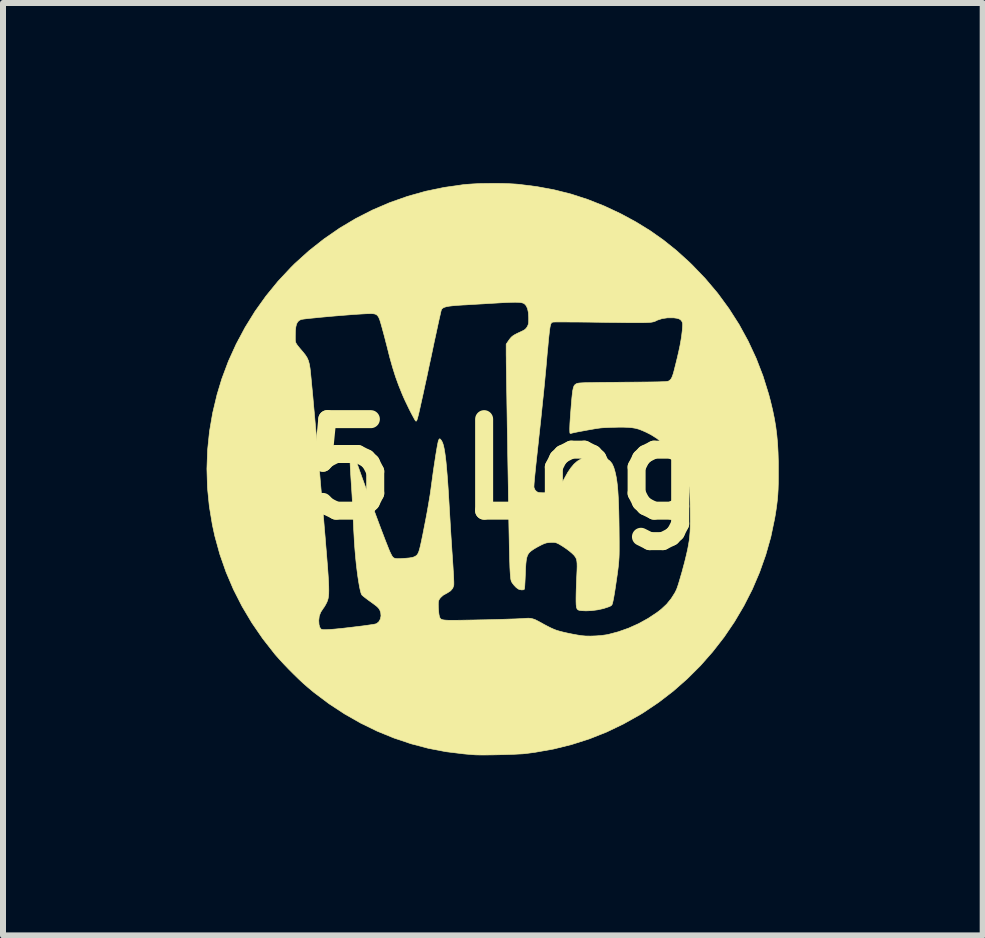
<source format=kicad_pcb>
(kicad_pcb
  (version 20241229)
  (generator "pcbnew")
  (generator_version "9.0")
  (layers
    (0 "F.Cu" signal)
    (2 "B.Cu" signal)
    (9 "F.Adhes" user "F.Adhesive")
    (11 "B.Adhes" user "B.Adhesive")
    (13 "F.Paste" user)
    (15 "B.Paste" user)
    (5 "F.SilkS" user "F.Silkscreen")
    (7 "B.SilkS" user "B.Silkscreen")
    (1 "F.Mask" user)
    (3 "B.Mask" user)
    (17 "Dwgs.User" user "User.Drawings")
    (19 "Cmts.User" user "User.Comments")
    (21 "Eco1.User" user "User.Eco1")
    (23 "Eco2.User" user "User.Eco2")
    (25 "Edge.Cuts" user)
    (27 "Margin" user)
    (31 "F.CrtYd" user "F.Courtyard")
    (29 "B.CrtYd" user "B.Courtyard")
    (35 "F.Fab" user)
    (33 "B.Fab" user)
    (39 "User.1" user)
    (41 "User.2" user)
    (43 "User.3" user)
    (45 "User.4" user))
  (footprint "M5 Logo"
    (layer "F.Cu")
    (at 5.16 4.767)
    (property "Reference" "M5 Logo" (at 0 0 0) (layer "F.SilkS") (effects (font (size 1.524 1.524) (thickness 0.3))))
    (attr through_hole)
    (fp_poly (pts (xy 0.153 -4.761) (xy 0.271 -4.757) (xy 0.377 -4.751) (xy 0.427 -4.747) (xy 0.73 -4.709) (xy 1.021 -4.655) (xy 1.304 -4.584) (xy 1.581 -4.494) (xy 1.854 -4.386) (xy 2.127 -4.258) (xy 2.133 -4.255) (xy 2.383 -4.12) (xy 2.617 -3.976) (xy 2.84 -3.819) (xy 3.055 -3.647) (xy 3.265 -3.457) (xy 3.316 -3.408) (xy 3.539 -3.176) (xy 3.745 -2.932) (xy 3.932 -2.677) (xy 4.102 -2.411) (xy 4.253 -2.135) (xy 4.386 -1.849) (xy 4.5 -1.554) (xy 4.595 -1.249) (xy 4.625 -1.135) (xy 4.661 -0.985) (xy 4.69 -0.844) (xy 4.713 -0.708) (xy 4.73 -0.572) (xy 4.743 -0.431) (xy 4.751 -0.282) (xy 4.756 -0.12) (xy 4.756 0.005) (xy 4.756 0.131) (xy 4.755 0.24) (xy 4.752 0.336) (xy 4.747 0.423) (xy 4.74 0.507) (xy 4.73 0.59) (xy 4.718 0.677) (xy 4.703 0.772) (xy 4.693 0.828) (xy 4.63 1.13) (xy 4.546 1.426) (xy 4.443 1.717) (xy 4.322 2) (xy 4.182 2.275) (xy 4.025 2.541) (xy 3.852 2.796) (xy 3.662 3.04) (xy 3.458 3.272) (xy 3.238 3.491) (xy 3.005 3.696) (xy 2.759 3.885) (xy 2.5 4.059) (xy 2.45 4.089) (xy 2.175 4.243) (xy 1.894 4.378) (xy 1.606 4.492) (xy 1.311 4.586) (xy 1.009 4.661) (xy 0.698 4.716) (xy 0.538 4.737) (xy 0.493 4.741) (xy 0.431 4.744) (xy 0.357 4.748) (xy 0.274 4.751) (xy 0.185 4.754) (xy 0.093 4.756) (xy 0.002 4.758) (xy -0.084 4.759) (xy -0.162 4.76) (xy -0.229 4.759) (xy -0.282 4.758) (xy -0.312 4.756) (xy -0.339 4.754) (xy -0.382 4.75) (xy -0.434 4.746) (xy -0.487 4.741) (xy -0.781 4.705) (xy -1.073 4.649) (xy -1.362 4.573) (xy -1.648 4.477) (xy -1.929 4.362) (xy -2.203 4.228) (xy -2.47 4.076) (xy -2.728 3.907) (xy -2.977 3.72) (xy -3.085 3.63) (xy -3.155 3.569) (xy -3.234 3.495) (xy -3.318 3.413) (xy -3.403 3.328) (xy -3.485 3.242) (xy -3.559 3.162) (xy -3.623 3.09) (xy -3.631 3.08) (xy -3.833 2.822) (xy -4.015 2.557) (xy -4.178 2.283) (xy -4.321 2.002) (xy -4.444 1.713) (xy -4.548 1.416) (xy -4.632 1.111) (xy -4.672 0.926) (xy -4.723 0.617) (xy -4.754 0.306) (xy -4.763 -0.007) (xy -4.752 -0.319) (xy -4.72 -0.63) (xy -4.667 -0.939) (xy -4.594 -1.245) (xy -4.515 -1.506) (xy -4.405 -1.8) (xy -4.275 -2.086) (xy -4.224 -2.181) (xy -3.291 -2.181) (xy -3.291 -2.151) (xy -3.288 -2.127) (xy -3.281 -2.105) (xy -3.268 -2.082) (xy -3.248 -2.055) (xy -3.218 -2.018) (xy -3.177 -1.97) (xy -3.167 -1.959) (xy -3.125 -1.906) (xy -3.094 -1.858) (xy -3.072 -1.808) (xy -3.057 -1.752) (xy -3.045 -1.682) (xy -3.043 -1.665) (xy -3.039 -1.632) (xy -3.034 -1.58) (xy -3.027 -1.509) (xy -3.019 -1.422) (xy -3.009 -1.32) (xy -2.998 -1.204) (xy -2.987 -1.076) (xy -2.974 -0.938) (xy -2.961 -0.79) (xy -2.947 -0.635) (xy -2.933 -0.474) (xy -2.918 -0.309) (xy -2.903 -0.14) (xy -2.888 0.03) (xy -2.874 0.2) (xy -2.859 0.369) (xy -2.845 0.535) (xy -2.831 0.696) (xy -2.817 0.851) (xy -2.805 0.999) (xy -2.793 1.137) (xy -2.783 1.266) (xy -2.773 1.382) (xy -2.765 1.484) (xy -2.758 1.572) (xy -2.752 1.643) (xy -2.751 1.662) (xy -2.743 1.777) (xy -2.737 1.873) (xy -2.734 1.953) (xy -2.733 2.018) (xy -2.734 2.072) (xy -2.738 2.116) (xy -2.744 2.153) (xy -2.753 2.184) (xy -2.764 2.213) (xy -2.765 2.215) (xy -2.786 2.256) (xy -2.81 2.296) (xy -2.826 2.318) (xy -2.868 2.382) (xy -2.892 2.447) (xy -2.9 2.519) (xy -2.9 2.52) (xy -2.896 2.585) (xy -2.884 2.631) (xy -2.864 2.66) (xy -2.85 2.668) (xy -2.825 2.672) (xy -2.779 2.672) (xy -2.714 2.669) (xy -2.629 2.662) (xy -2.525 2.652) (xy -2.402 2.638) (xy -2.378 2.635) (xy -2.252 2.62) (xy -2.147 2.607) (xy -2.064 2.595) (xy -2.001 2.586) (xy -1.959 2.578) (xy -1.938 2.572) (xy -1.937 2.572) (xy -1.899 2.54) (xy -1.874 2.495) (xy -1.863 2.443) (xy -1.868 2.387) (xy -1.883 2.346) (xy -1.895 2.325) (xy -1.912 2.305) (xy -1.937 2.281) (xy -1.974 2.253) (xy -2.024 2.216) (xy -2.037 2.207) (xy -2.084 2.173) (xy -2.126 2.141) (xy -2.159 2.115) (xy -2.18 2.096) (xy -2.184 2.091) (xy -2.196 2.064) (xy -2.208 2.018) (xy -2.222 1.955) (xy -2.235 1.877) (xy -2.249 1.788) (xy -2.262 1.689) (xy -2.275 1.582) (xy -2.286 1.47) (xy -2.296 1.355) (xy -2.305 1.239) (xy -2.307 1.212) (xy -2.31 1.152) (xy -2.314 1.076) (xy -2.319 0.991) (xy -2.323 0.9) (xy -2.327 0.81) (xy -2.329 0.762) (xy -2.333 0.666) (xy -2.339 0.557) (xy -2.345 0.442) (xy -2.352 0.33) (xy -2.359 0.227) (xy -2.361 0.197) (xy -2.368 0.086) (xy -2.374 -0.015) (xy -2.378 -0.107) (xy -2.38 -0.186) (xy -2.381 -0.251) (xy -2.38 -0.3) (xy -2.376 -0.331) (xy -2.372 -0.343) (xy -2.365 -0.341) (xy -2.354 -0.325) (xy -2.34 -0.296) (xy -2.321 -0.251) (xy -2.297 -0.19) (xy -2.268 -0.111) (xy -2.232 -0.013) (xy -2.23 -0.005) (xy -2.174 0.151) (xy -2.118 0.305) (xy -2.064 0.455) (xy -2.011 0.599) (xy -1.96 0.736) (xy -1.912 0.865) (xy -1.868 0.983) (xy -1.827 1.09) (xy -1.791 1.185) (xy -1.759 1.265) (xy -1.734 1.329) (xy -1.714 1.376) (xy -1.702 1.401) (xy -1.684 1.437) (xy -1.667 1.462) (xy -1.648 1.478) (xy -1.622 1.486) (xy -1.586 1.489) (xy -1.535 1.488) (xy -1.504 1.486) (xy -1.444 1.482) (xy -1.389 1.477) (xy -1.347 1.47) (xy -1.325 1.464) (xy -1.3 1.454) (xy -1.28 1.442) (xy -1.262 1.426) (xy -1.247 1.403) (xy -1.233 1.371) (xy -1.22 1.328) (xy -1.206 1.271) (xy -1.19 1.198) (xy -1.171 1.106) (xy -1.169 1.098) (xy -1.141 0.954) (xy -1.116 0.827) (xy -1.095 0.715) (xy -1.077 0.613) (xy -1.061 0.518) (xy -1.046 0.428) (xy -1.033 0.338) (xy -1.021 0.246) (xy -1.016 0.212) (xy -1.004 0.122) (xy -0.991 0.028) (xy -0.977 -0.066) (xy -0.963 -0.157) (xy -0.95 -0.243) (xy -0.937 -0.32) (xy -0.926 -0.385) (xy -0.916 -0.435) (xy -0.909 -0.468) (xy -0.909 -0.468) (xy -0.899 -0.494) (xy -0.887 -0.507) (xy -0.884 -0.508) (xy -0.872 -0.499) (xy -0.855 -0.476) (xy -0.842 -0.452) (xy -0.831 -0.424) (xy -0.82 -0.386) (xy -0.81 -0.338) (xy -0.8 -0.279) (xy -0.79 -0.207) (xy -0.78 -0.122) (xy -0.771 -0.022) (xy -0.761 0.094) (xy -0.751 0.226) (xy -0.741 0.376) (xy -0.731 0.544) (xy -0.72 0.732) (xy -0.714 0.831) (xy -0.709 0.917) (xy -0.703 1.02) (xy -0.696 1.132) (xy -0.688 1.248) (xy -0.681 1.364) (xy -0.673 1.473) (xy -0.671 1.508) (xy -0.665 1.598) (xy -0.66 1.682) (xy -0.655 1.759) (xy -0.652 1.826) (xy -0.65 1.879) (xy -0.65 1.916) (xy -0.651 1.934) (xy -0.668 1.982) (xy -0.704 2.025) (xy -0.756 2.059) (xy -0.769 2.066) (xy -0.828 2.099) (xy -0.873 2.14) (xy -0.896 2.173) (xy -0.904 2.193) (xy -0.908 2.218) (xy -0.909 2.252) (xy -0.908 2.302) (xy -0.907 2.32) (xy -0.903 2.37) (xy -0.898 2.415) (xy -0.891 2.449) (xy -0.887 2.463) (xy -0.881 2.475) (xy -0.875 2.486) (xy -0.866 2.494) (xy -0.854 2.501) (xy -0.837 2.507) (xy -0.812 2.511) (xy -0.779 2.514) (xy -0.736 2.516) (xy -0.681 2.516) (xy -0.612 2.516) (xy -0.528 2.515) (xy -0.428 2.513) (xy -0.309 2.511) (xy -0.218 2.509) (xy -0.104 2.507) (xy 0.008 2.504) (xy 0.114 2.501) (xy 0.212 2.498) (xy 0.3 2.495) (xy 0.375 2.493) (xy 0.435 2.49) (xy 0.478 2.488) (xy 0.492 2.487) (xy 0.547 2.483) (xy 0.592 2.481) (xy 0.63 2.484) (xy 0.666 2.492) (xy 0.704 2.505) (xy 0.748 2.527) (xy 0.804 2.557) (xy 0.852 2.584) (xy 0.907 2.613) (xy 0.964 2.642) (xy 1.016 2.665) (xy 1.057 2.681) (xy 1.059 2.682) (xy 1.11 2.697) (xy 1.176 2.714) (xy 1.252 2.731) (xy 1.331 2.747) (xy 1.408 2.761) (xy 1.477 2.772) (xy 1.477 2.772) (xy 1.546 2.778) (xy 1.629 2.779) (xy 1.718 2.776) (xy 1.807 2.769) (xy 1.888 2.758) (xy 1.921 2.752) (xy 2.091 2.707) (xy 2.263 2.646) (xy 2.43 2.571) (xy 2.589 2.483) (xy 2.735 2.386) (xy 2.805 2.332) (xy 2.894 2.249) (xy 2.971 2.155) (xy 3.033 2.057) (xy 3.06 2.003) (xy 3.072 1.97) (xy 3.089 1.92) (xy 3.108 1.857) (xy 3.129 1.785) (xy 3.152 1.707) (xy 3.173 1.627) (xy 3.194 1.55) (xy 3.212 1.477) (xy 3.226 1.418) (xy 3.245 1.335) (xy 3.259 1.259) (xy 3.271 1.188) (xy 3.279 1.118) (xy 3.285 1.045) (xy 3.288 0.964) (xy 3.29 0.873) (xy 3.289 0.768) (xy 3.288 0.672) (xy 3.286 0.567) (xy 3.284 0.481) (xy 3.281 0.41) (xy 3.277 0.351) (xy 3.271 0.302) (xy 3.263 0.26) (xy 3.252 0.221) (xy 3.238 0.184) (xy 3.22 0.144) (xy 3.198 0.099) (xy 3.191 0.086) (xy 3.117 -0.055) (xy 3.044 -0.176) (xy 2.971 -0.281) (xy 2.895 -0.371) (xy 2.815 -0.449) (xy 2.729 -0.516) (xy 2.635 -0.575) (xy 2.559 -0.614) (xy 2.494 -0.643) (xy 2.436 -0.666) (xy 2.379 -0.682) (xy 2.319 -0.692) (xy 2.252 -0.698) (xy 2.171 -0.701) (xy 2.101 -0.701) (xy 2.029 -0.699) (xy 1.955 -0.697) (xy 1.886 -0.694) (xy 1.828 -0.691) (xy 1.794 -0.688) (xy 1.756 -0.683) (xy 1.703 -0.675) (xy 1.641 -0.664) (xy 1.572 -0.652) (xy 1.503 -0.639) (xy 1.436 -0.627) (xy 1.377 -0.615) (xy 1.331 -0.605) (xy 1.3 -0.597) (xy 1.299 -0.597) (xy 1.29 -0.596) (xy 1.284 -0.603) (xy 1.282 -0.622) (xy 1.281 -0.657) (xy 1.281 -0.679) (xy 1.282 -0.713) (xy 1.284 -0.764) (xy 1.288 -0.827) (xy 1.293 -0.899) (xy 1.299 -0.976) (xy 1.305 -1.053) (xy 1.311 -1.128) (xy 1.317 -1.194) (xy 1.323 -1.25) (xy 1.328 -1.29) (xy 1.329 -1.302) (xy 1.34 -1.353) (xy 1.352 -1.388) (xy 1.37 -1.411) (xy 1.394 -1.426) (xy 1.396 -1.427) (xy 1.405 -1.43) (xy 1.418 -1.433) (xy 1.436 -1.436) (xy 1.461 -1.438) (xy 1.495 -1.44) (xy 1.538 -1.442) (xy 1.592 -1.443) (xy 1.659 -1.444) (xy 1.74 -1.446) (xy 1.837 -1.447) (xy 1.951 -1.448) (xy 2.084 -1.449) (xy 2.17 -1.45) (xy 2.313 -1.451) (xy 2.437 -1.452) (xy 2.543 -1.453) (xy 2.632 -1.454) (xy 2.705 -1.455) (xy 2.765 -1.456) (xy 2.814 -1.458) (xy 2.851 -1.459) (xy 2.88 -1.461) (xy 2.9 -1.464) (xy 2.915 -1.466) (xy 2.926 -1.469) (xy 2.933 -1.473) (xy 2.935 -1.474) (xy 2.952 -1.487) (xy 2.966 -1.502) (xy 2.979 -1.523) (xy 2.991 -1.552) (xy 3.005 -1.592) (xy 3.02 -1.647) (xy 3.038 -1.719) (xy 3.041 -1.73) (xy 3.072 -1.856) (xy 3.097 -1.964) (xy 3.117 -2.058) (xy 3.132 -2.141) (xy 3.144 -2.215) (xy 3.152 -2.284) (xy 3.155 -2.306) (xy 3.159 -2.361) (xy 3.161 -2.399) (xy 3.161 -2.425) (xy 3.157 -2.444) (xy 3.151 -2.459) (xy 3.147 -2.465) (xy 3.129 -2.488) (xy 3.104 -2.504) (xy 3.068 -2.515) (xy 3.017 -2.522) (xy 3.005 -2.523) (xy 2.911 -2.523) (xy 2.821 -2.51) (xy 2.741 -2.484) (xy 2.725 -2.476) (xy 2.711 -2.469) (xy 2.697 -2.463) (xy 2.682 -2.458) (xy 2.665 -2.454) (xy 2.644 -2.45) (xy 2.618 -2.447) (xy 2.584 -2.445) (xy 2.543 -2.443) (xy 2.492 -2.442) (xy 2.43 -2.442) (xy 2.356 -2.442) (xy 2.268 -2.442) (xy 2.165 -2.443) (xy 2.045 -2.445) (xy 1.907 -2.446) (xy 1.749 -2.449) (xy 1.724 -2.449) (xy 1.604 -2.451) (xy 1.49 -2.452) (xy 1.383 -2.453) (xy 1.286 -2.453) (xy 1.2 -2.454) (xy 1.128 -2.454) (xy 1.07 -2.454) (xy 1.029 -2.453) (xy 1.007 -2.452) (xy 1.004 -2.452) (xy 0.994 -2.449) (xy 0.985 -2.446) (xy 0.978 -2.44) (xy 0.971 -2.43) (xy 0.964 -2.415) (xy 0.958 -2.394) (xy 0.952 -2.364) (xy 0.946 -2.325) (xy 0.94 -2.274) (xy 0.933 -2.211) (xy 0.925 -2.134) (xy 0.917 -2.041) (xy 0.906 -1.932) (xy 0.895 -1.804) (xy 0.884 -1.677) (xy 0.873 -1.564) (xy 0.861 -1.434) (xy 0.847 -1.291) (xy 0.831 -1.14) (xy 0.815 -0.983) (xy 0.799 -0.826) (xy 0.782 -0.671) (xy 0.766 -0.525) (xy 0.757 -0.438) (xy 0.743 -0.311) (xy 0.73 -0.192) (xy 0.718 -0.081) (xy 0.708 0.018) (xy 0.699 0.106) (xy 0.692 0.179) (xy 0.687 0.237) (xy 0.685 0.277) (xy 0.684 0.298) (xy 0.684 0.3) (xy 0.702 0.343) (xy 0.722 0.365) (xy 0.738 0.377) (xy 0.755 0.385) (xy 0.777 0.389) (xy 0.811 0.391) (xy 0.861 0.392) (xy 0.861 0.392) (xy 0.911 0.391) (xy 0.957 0.388) (xy 0.992 0.384) (xy 1.005 0.381) (xy 1.035 0.368) (xy 1.064 0.347) (xy 1.094 0.314) (xy 1.126 0.267) (xy 1.163 0.205) (xy 1.193 0.151) (xy 1.247 0.054) (xy 1.3 -0.024) (xy 1.352 -0.086) (xy 1.407 -0.134) (xy 1.467 -0.17) (xy 1.533 -0.197) (xy 1.55 -0.203) (xy 1.587 -0.209) (xy 1.638 -0.212) (xy 1.696 -0.212) (xy 1.755 -0.209) (xy 1.807 -0.202) (xy 1.841 -0.195) (xy 1.902 -0.171) (xy 1.949 -0.139) (xy 1.985 -0.095) (xy 2.013 -0.035) (xy 2.031 0.024) (xy 2.045 0.08) (xy 2.057 0.141) (xy 2.067 0.207) (xy 2.076 0.282) (xy 2.083 0.367) (xy 2.089 0.463) (xy 2.094 0.573) (xy 2.098 0.699) (xy 2.101 0.842) (xy 2.103 0.984) (xy 2.104 1.104) (xy 2.105 1.204) (xy 2.105 1.289) (xy 2.105 1.36) (xy 2.104 1.42) (xy 2.102 1.472) (xy 2.099 1.517) (xy 2.096 1.559) (xy 2.092 1.601) (xy 2.091 1.609) (xy 2.083 1.675) (xy 2.073 1.751) (xy 2.061 1.832) (xy 2.049 1.915) (xy 2.037 1.996) (xy 2.025 2.071) (xy 2.014 2.135) (xy 2.004 2.186) (xy 1.997 2.217) (xy 1.989 2.247) (xy 1.978 2.266) (xy 1.959 2.279) (xy 1.926 2.293) (xy 1.926 2.293) (xy 1.841 2.321) (xy 1.744 2.342) (xy 1.643 2.355) (xy 1.547 2.359) (xy 1.536 2.358) (xy 1.485 2.356) (xy 1.447 2.352) (xy 1.42 2.343) (xy 1.403 2.326) (xy 1.393 2.299) (xy 1.388 2.258) (xy 1.386 2.202) (xy 1.386 2.145) (xy 1.387 2.08) (xy 1.389 2.001) (xy 1.392 1.915) (xy 1.395 1.831) (xy 1.398 1.773) (xy 1.402 1.688) (xy 1.404 1.621) (xy 1.403 1.569) (xy 1.399 1.528) (xy 1.392 1.496) (xy 1.38 1.47) (xy 1.363 1.446) (xy 1.352 1.432) (xy 1.319 1.4) (xy 1.273 1.361) (xy 1.219 1.321) (xy 1.164 1.284) (xy 1.113 1.253) (xy 1.103 1.247) (xy 1.068 1.23) (xy 1.04 1.221) (xy 1.009 1.218) (xy 0.966 1.219) (xy 0.963 1.219) (xy 0.925 1.222) (xy 0.892 1.227) (xy 0.86 1.237) (xy 0.821 1.254) (xy 0.78 1.275) (xy 0.731 1.301) (xy 0.684 1.329) (xy 0.646 1.355) (xy 0.629 1.368) (xy 0.606 1.39) (xy 0.589 1.413) (xy 0.575 1.441) (xy 0.564 1.476) (xy 0.556 1.52) (xy 0.55 1.577) (xy 0.545 1.649) (xy 0.542 1.739) (xy 0.541 1.755) (xy 0.538 1.823) (xy 0.535 1.884) (xy 0.532 1.936) (xy 0.529 1.974) (xy 0.526 1.995) (xy 0.525 1.998) (xy 0.508 2.008) (xy 0.479 2.01) (xy 0.446 2.004) (xy 0.425 1.996) (xy 0.389 1.97) (xy 0.352 1.931) (xy 0.32 1.889) (xy 0.312 1.873) (xy 0.307 1.863) (xy 0.303 1.849) (xy 0.299 1.831) (xy 0.296 1.807) (xy 0.293 1.777) (xy 0.29 1.738) (xy 0.287 1.692) (xy 0.284 1.635) (xy 0.282 1.567) (xy 0.279 1.487) (xy 0.277 1.394) (xy 0.274 1.287) (xy 0.272 1.164) (xy 0.269 1.025) (xy 0.266 0.868) (xy 0.263 0.693) (xy 0.26 0.498) (xy 0.259 0.439) (xy 0.257 0.276) (xy 0.254 0.109) (xy 0.251 -0.061) (xy 0.248 -0.231) (xy 0.246 -0.398) (xy 0.243 -0.559) (xy 0.24 -0.712) (xy 0.238 -0.854) (xy 0.236 -0.983) (xy 0.234 -1.095) (xy 0.233 -1.175) (xy 0.231 -1.289) (xy 0.229 -1.402) (xy 0.227 -1.512) (xy 0.226 -1.615) (xy 0.224 -1.708) (xy 0.223 -1.79) (xy 0.223 -1.856) (xy 0.222 -1.905) (xy 0.222 -1.912) (xy 0.222 -2.084) (xy 0.267 -2.15) (xy 0.288 -2.178) (xy 0.308 -2.201) (xy 0.332 -2.221) (xy 0.363 -2.241) (xy 0.405 -2.263) (xy 0.461 -2.289) (xy 0.487 -2.301) (xy 0.528 -2.323) (xy 0.556 -2.349) (xy 0.572 -2.373) (xy 0.584 -2.397) (xy 0.592 -2.42) (xy 0.596 -2.449) (xy 0.597 -2.489) (xy 0.597 -2.524) (xy 0.592 -2.609) (xy 0.578 -2.676) (xy 0.555 -2.725) (xy 0.526 -2.756) (xy 0.51 -2.765) (xy 0.488 -2.772) (xy 0.459 -2.778) (xy 0.421 -2.781) (xy 0.372 -2.782) (xy 0.308 -2.781) (xy 0.23 -2.778) (xy 0.134 -2.773) (xy 0.05 -2.768) (xy -0.045 -2.763) (xy -0.15 -2.756) (xy -0.258 -2.75) (xy -0.361 -2.744) (xy -0.454 -2.738) (xy -0.5 -2.736) (xy -0.595 -2.73) (xy -0.672 -2.723) (xy -0.731 -2.716) (xy -0.777 -2.707) (xy -0.81 -2.697) (xy -0.834 -2.684) (xy -0.85 -2.669) (xy -0.856 -2.658) (xy -0.861 -2.644) (xy -0.869 -2.611) (xy -0.88 -2.562) (xy -0.895 -2.497) (xy -0.912 -2.419) (xy -0.931 -2.331) (xy -0.952 -2.233) (xy -0.975 -2.129) (xy -0.99 -2.057) (xy -1.028 -1.875) (xy -1.065 -1.705) (xy -1.098 -1.547) (xy -1.13 -1.402) (xy -1.158 -1.271) (xy -1.184 -1.155) (xy -1.206 -1.056) (xy -1.224 -0.974) (xy -1.239 -0.91) (xy -1.251 -0.865) (xy -1.255 -0.848) (xy -1.266 -0.816) (xy -1.275 -0.802) (xy -1.284 -0.803) (xy -1.284 -0.803) (xy -1.296 -0.818) (xy -1.314 -0.85) (xy -1.338 -0.894) (xy -1.367 -0.949) (xy -1.398 -1.01) (xy -1.429 -1.075) (xy -1.461 -1.141) (xy -1.49 -1.205) (xy -1.513 -1.259) (xy -1.569 -1.398) (xy -1.621 -1.541) (xy -1.669 -1.693) (xy -1.716 -1.859) (xy -1.741 -1.958) (xy -1.761 -2.038) (xy -1.783 -2.122) (xy -1.804 -2.205) (xy -1.824 -2.279) (xy -1.841 -2.341) (xy -1.843 -2.349) (xy -1.865 -2.427) (xy -1.883 -2.486) (xy -1.901 -2.53) (xy -1.921 -2.56) (xy -1.945 -2.579) (xy -1.977 -2.589) (xy -2.019 -2.593) (xy -2.073 -2.592) (xy -2.125 -2.59) (xy -2.178 -2.587) (xy -2.245 -2.583) (xy -2.323 -2.578) (xy -2.409 -2.571) (xy -2.502 -2.564) (xy -2.597 -2.556) (xy -2.694 -2.548) (xy -2.789 -2.539) (xy -2.88 -2.531) (xy -2.964 -2.522) (xy -3.039 -2.515) (xy -3.102 -2.508) (xy -3.151 -2.502) (xy -3.183 -2.497) (xy -3.193 -2.495) (xy -3.226 -2.479) (xy -3.251 -2.455) (xy -3.27 -2.42) (xy -3.282 -2.371) (xy -3.289 -2.307) (xy -3.291 -2.225) (xy -3.291 -2.221) (xy -3.291 -2.181) (xy -4.224 -2.181) (xy -4.127 -2.363) (xy -3.962 -2.63) (xy -3.779 -2.886) (xy -3.58 -3.13) (xy -3.366 -3.359) (xy -3.3 -3.425) (xy -3.062 -3.64) (xy -2.812 -3.837) (xy -2.553 -4.016) (xy -2.283 -4.177) (xy -2.004 -4.319) (xy -1.717 -4.442) (xy -1.422 -4.546) (xy -1.12 -4.631) (xy -0.811 -4.695) (xy -0.497 -4.74) (xy -0.435 -4.746) (xy -0.336 -4.753) (xy -0.222 -4.759) (xy -0.099 -4.761) (xy 0.027 -4.762) (xy 0.153 -4.761)) (stroke (width 0.01) (type solid)) (fill yes) (layer "F.SilkS")))
  (gr_rect
    (start -3 -3)
    (end 13.32 12.532)
    (stroke (width 0.1) (type default))
    (fill no)
    (layer "Edge.Cuts")))
</source>
